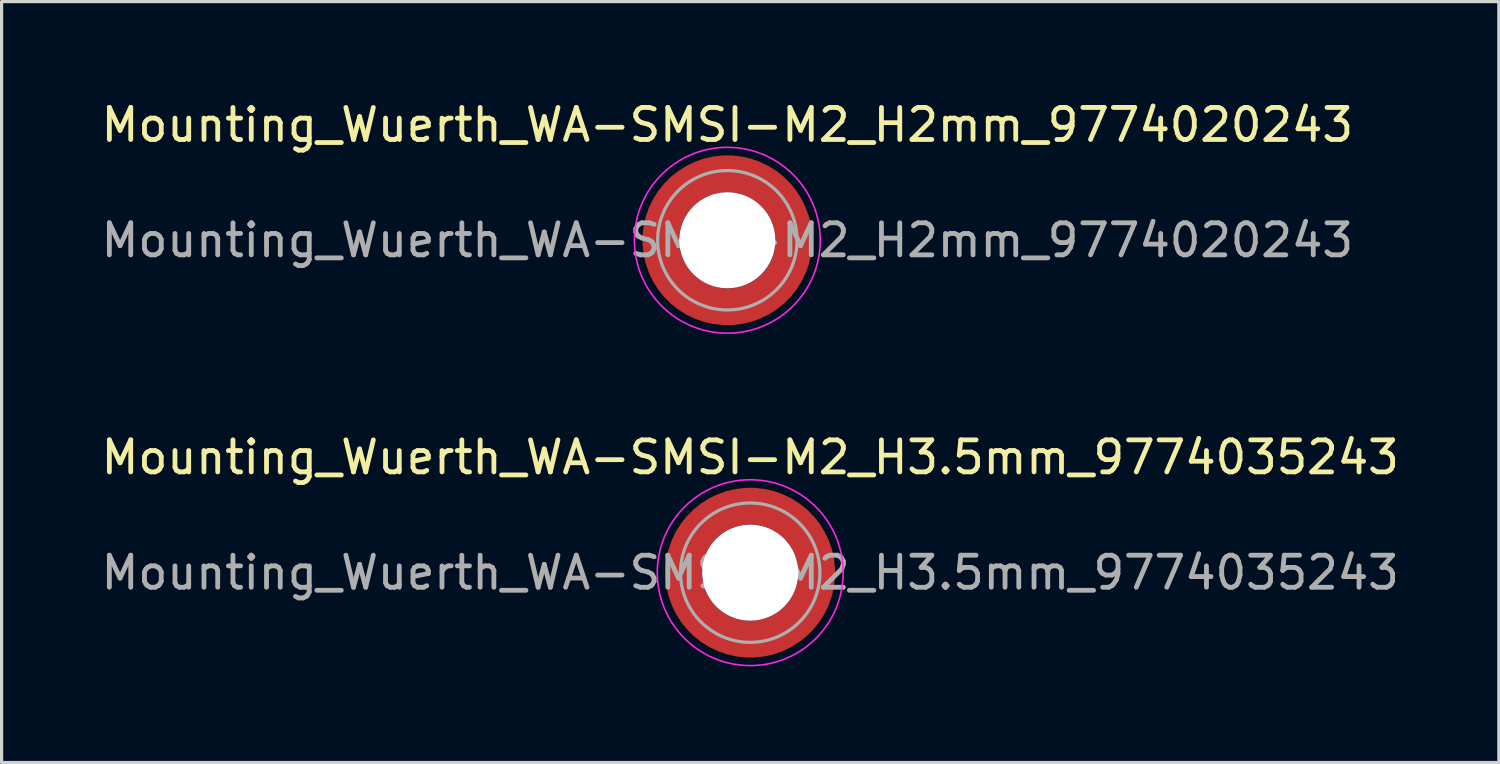
<source format=kicad_pcb>
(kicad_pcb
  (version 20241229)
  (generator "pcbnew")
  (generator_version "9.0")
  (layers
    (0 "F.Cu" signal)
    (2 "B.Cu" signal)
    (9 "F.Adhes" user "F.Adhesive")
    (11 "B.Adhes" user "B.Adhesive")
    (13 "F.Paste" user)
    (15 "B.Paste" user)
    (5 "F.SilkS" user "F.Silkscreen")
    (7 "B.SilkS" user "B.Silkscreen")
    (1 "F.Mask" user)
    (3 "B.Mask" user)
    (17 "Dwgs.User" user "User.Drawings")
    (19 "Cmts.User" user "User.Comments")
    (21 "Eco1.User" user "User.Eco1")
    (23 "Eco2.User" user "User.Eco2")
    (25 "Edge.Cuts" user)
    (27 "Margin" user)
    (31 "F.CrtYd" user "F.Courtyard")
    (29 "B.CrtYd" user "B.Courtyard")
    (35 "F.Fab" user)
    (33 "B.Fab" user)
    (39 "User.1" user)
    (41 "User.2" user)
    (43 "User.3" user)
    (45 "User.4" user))
  (footprint "Mounting_Wuerth_WA-SMSI-M2_H2mm_9774020243"
    (layer "F.Cu")
    (at 19.649 4.448)
    (property "Reference" "Mounting_Wuerth_WA-SMSI-M2_H2mm_9774020243" (at 0 -3.6 0) (layer "F.SilkS") (effects (font (size 1 1) (thickness 0.15))))
    (attr smd allow_soldermask_bridges)
    (fp_circle (center 0 0) (end 2.9 0) (stroke (width 0.05) (type solid)) (fill no) (layer "F.CrtYd"))
    (fp_circle (center 0 0) (end 2.175 0) (stroke (width 0.1) (type solid)) (fill no) (layer "F.Fab"))
    (fp_text user "${REFERENCE}" (at 0 0 0) (layer "F.Fab") (effects (font (size 1 1) (thickness 0.15))))
    (pad "" smd custom (at -1.453 -1.453) (size 0.505 0.505) (layers "F.Paste") (options (anchor circle)) (primitives (gr_arc (start -0.147677 1.053104) (mid 0.286378 0.286378) (end 1.053104 -0.147677) (width 0.2)) (gr_arc (start -0.240295 1.053104) (mid 0.222739 0.222739) (end 1.053104 -0.240295) (width 0.2)) (gr_arc (start -0.332645 1.053104) (mid 0.159099 0.159099) (end 1.053104 -0.332645) (width 0.2)) (gr_arc (start -0.424767 1.053104) (mid 0.095459 0.095459) (end 1.053104 -0.424767) (width 0.2)) (gr_arc (start -0.516693 1.053104) (mid 0.03182 0.03182) (end 1.053104 -0.516693) (width 0.2)) (gr_arc (start -0.608448 1.053104) (mid -0.03182 -0.03182) (end 1.053104 -0.608448) (width 0.2)) (gr_arc (start -0.700056 1.053104) (mid -0.095459 -0.095459) (end 1.053104 -0.700056) (width 0.2)) (gr_arc (start -0.791534 1.053104) (mid -0.159099 -0.159099) (end 1.053104 -0.791534) (width 0.2)) (gr_arc (start -0.882896 1.053104) (mid -0.222739 -0.222739) (end 1.053104 -0.882896) (width 0.2)) (gr_arc (start -0.974157 1.053104) (mid -0.286378 -0.286378) (end 1.053104 -0.974157) (width 0.2)) (gr_line (start 1.053 -0.148) (end 1.053 -0.974) (width 0.2)) (gr_line (start -0.148 1.053) (end -0.974 1.053) (width 0.2))))
    (pad "" smd custom (at -1.453 1.453) (size 0.505 0.505) (layers "F.Paste") (options (anchor circle)) (primitives (gr_arc (start 1.053104 0.147677) (mid 0.286378 -0.286378) (end -0.147677 -1.053104) (width 0.2)) (gr_arc (start 1.053104 0.240295) (mid 0.222739 -0.222739) (end -0.240295 -1.053104) (width 0.2)) (gr_arc (start 1.053104 0.332645) (mid 0.159099 -0.159099) (end -0.332645 -1.053104) (width 0.2)) (gr_arc (start 1.053104 0.424767) (mid 0.095459 -0.095459) (end -0.424767 -1.053104) (width 0.2)) (gr_arc (start 1.053104 0.516693) (mid 0.03182 -0.03182) (end -0.516693 -1.053104) (width 0.2)) (gr_arc (start 1.053104 0.608448) (mid -0.03182 0.03182) (end -0.608448 -1.053104) (width 0.2)) (gr_arc (start 1.053104 0.700056) (mid -0.095459 0.095459) (end -0.700056 -1.053104) (width 0.2)) (gr_arc (start 1.053104 0.791534) (mid -0.159099 0.159099) (end -0.791534 -1.053104) (width 0.2)) (gr_arc (start 1.053104 0.882896) (mid -0.222739 0.222739) (end -0.882896 -1.053104) (width 0.2)) (gr_arc (start 1.053104 0.974157) (mid -0.286378 0.286378) (end -0.974157 -1.053104) (width 0.2)) (gr_line (start -0.148 -1.053) (end -0.974 -1.053) (width 0.2)) (gr_line (start 1.053 0.148) (end 1.053 0.974) (width 0.2))))
    (pad "" np_thru_hole circle (at 0 0) (size 3 3) (drill 3) (layers "*.Cu" "*.Mask"))
    (pad "" smd custom (at 1.453 -1.453) (size 0.505 0.505) (layers "F.Paste") (options (anchor circle)) (primitives (gr_arc (start -1.053104 -0.147677) (mid -0.286378 0.286378) (end 0.147677 1.053104) (width 0.2)) (gr_arc (start -1.053104 -0.240295) (mid -0.222739 0.222739) (end 0.240295 1.053104) (width 0.2)) (gr_arc (start -1.053104 -0.332645) (mid -0.159099 0.159099) (end 0.332645 1.053104) (width 0.2)) (gr_arc (start -1.053104 -0.424767) (mid -0.095459 0.095459) (end 0.424767 1.053104) (width 0.2)) (gr_arc (start -1.053104 -0.516693) (mid -0.03182 0.03182) (end 0.516693 1.053104) (width 0.2)) (gr_arc (start -1.053104 -0.608448) (mid 0.03182 -0.03182) (end 0.608448 1.053104) (width 0.2)) (gr_arc (start -1.053104 -0.700056) (mid 0.095459 -0.095459) (end 0.700056 1.053104) (width 0.2)) (gr_arc (start -1.053104 -0.791534) (mid 0.159099 -0.159099) (end 0.791534 1.053104) (width 0.2)) (gr_arc (start -1.053104 -0.882896) (mid 0.222739 -0.222739) (end 0.882896 1.053104) (width 0.2)) (gr_arc (start -1.053104 -0.974157) (mid 0.286378 -0.286378) (end 0.974157 1.053104) (width 0.2)) (gr_line (start 0.148 1.053) (end 0.974 1.053) (width 0.2)) (gr_line (start -1.053 -0.148) (end -1.053 -0.974) (width 0.2))))
    (pad "" smd custom (at 1.453 1.453) (size 0.505 0.505) (layers "F.Paste") (options (anchor circle)) (primitives (gr_arc (start 0.147677 -1.053104) (mid -0.286378 -0.286378) (end -1.053104 0.147677) (width 0.2)) (gr_arc (start 0.240295 -1.053104) (mid -0.222739 -0.222739) (end -1.053104 0.240295) (width 0.2)) (gr_arc (start 0.332645 -1.053104) (mid -0.159099 -0.159099) (end -1.053104 0.332645) (width 0.2)) (gr_arc (start 0.424767 -1.053104) (mid -0.095459 -0.095459) (end -1.053104 0.424767) (width 0.2)) (gr_arc (start 0.516693 -1.053104) (mid -0.03182 -0.03182) (end -1.053104 0.516693) (width 0.2)) (gr_arc (start 0.608448 -1.053104) (mid 0.03182 0.03182) (end -1.053104 0.608448) (width 0.2)) (gr_arc (start 0.700056 -1.053104) (mid 0.095459 0.095459) (end -1.053104 0.700056) (width 0.2)) (gr_arc (start 0.791534 -1.053104) (mid 0.159099 0.159099) (end -1.053104 0.791534) (width 0.2)) (gr_arc (start 0.882896 -1.053104) (mid 0.222739 0.222739) (end -1.053104 0.882896) (width 0.2)) (gr_arc (start 0.974157 -1.053104) (mid 0.286378 0.286378) (end -1.053104 0.974157) (width 0.2)) (gr_line (start -1.053 0.148) (end -1.053 0.974) (width 0.2)) (gr_line (start 0.148 -1.053) (end 0.974 -1.053) (width 0.2))))
    (pad "1" smd circle (at -2.075 0) (size 0.642 0.642) (layers "F.Cu"))
    (pad "1" smd circle (at 0 -2.075) (size 0.642 0.642) (layers "F.Cu"))
    (pad "1" smd circle (at 0 2.075) (size 0.642 0.642) (layers "F.Cu"))
    (pad "1" smd custom (at 2.075 0) (size 1.15 1.15) (layers "F.Cu" "F.Mask") (options (anchor circle)) (primitives (gr_circle (center -2.075 0) (end 0 0) (width 1.15) (fill no)))))
  (footprint "Mounting_Wuerth_WA-SMSI-M2_H3.5mm_9774035243"
    (layer "F.Cu")
    (at 20.363 14.822)
    (property "Reference" "Mounting_Wuerth_WA-SMSI-M2_H3.5mm_9774035243" (at 0 -3.6 0) (layer "F.SilkS") (effects (font (size 1 1) (thickness 0.15))))
    (attr smd allow_soldermask_bridges)
    (fp_circle (center 0 0) (end 2.9 0) (stroke (width 0.05) (type solid)) (fill no) (layer "F.CrtYd"))
    (fp_circle (center 0 0) (end 2.175 0) (stroke (width 0.1) (type solid)) (fill no) (layer "F.Fab"))
    (fp_text user "${REFERENCE}" (at 0 0 0) (layer "F.Fab") (effects (font (size 1 1) (thickness 0.15))))
    (pad "" smd custom (at -1.453 -1.453) (size 0.505 0.505) (layers "F.Paste") (options (anchor circle)) (primitives (gr_arc (start -0.147677 1.053104) (mid 0.286378 0.286378) (end 1.053104 -0.147677) (width 0.2)) (gr_arc (start -0.240295 1.053104) (mid 0.222739 0.222739) (end 1.053104 -0.240295) (width 0.2)) (gr_arc (start -0.332645 1.053104) (mid 0.159099 0.159099) (end 1.053104 -0.332645) (width 0.2)) (gr_arc (start -0.424767 1.053104) (mid 0.095459 0.095459) (end 1.053104 -0.424767) (width 0.2)) (gr_arc (start -0.516693 1.053104) (mid 0.03182 0.03182) (end 1.053104 -0.516693) (width 0.2)) (gr_arc (start -0.608448 1.053104) (mid -0.03182 -0.03182) (end 1.053104 -0.608448) (width 0.2)) (gr_arc (start -0.700056 1.053104) (mid -0.095459 -0.095459) (end 1.053104 -0.700056) (width 0.2)) (gr_arc (start -0.791534 1.053104) (mid -0.159099 -0.159099) (end 1.053104 -0.791534) (width 0.2)) (gr_arc (start -0.882896 1.053104) (mid -0.222739 -0.222739) (end 1.053104 -0.882896) (width 0.2)) (gr_arc (start -0.974157 1.053104) (mid -0.286378 -0.286378) (end 1.053104 -0.974157) (width 0.2)) (gr_line (start 1.053 -0.148) (end 1.053 -0.974) (width 0.2)) (gr_line (start -0.148 1.053) (end -0.974 1.053) (width 0.2))))
    (pad "" smd custom (at -1.453 1.453) (size 0.505 0.505) (layers "F.Paste") (options (anchor circle)) (primitives (gr_arc (start 1.053104 0.147677) (mid 0.286378 -0.286378) (end -0.147677 -1.053104) (width 0.2)) (gr_arc (start 1.053104 0.240295) (mid 0.222739 -0.222739) (end -0.240295 -1.053104) (width 0.2)) (gr_arc (start 1.053104 0.332645) (mid 0.159099 -0.159099) (end -0.332645 -1.053104) (width 0.2)) (gr_arc (start 1.053104 0.424767) (mid 0.095459 -0.095459) (end -0.424767 -1.053104) (width 0.2)) (gr_arc (start 1.053104 0.516693) (mid 0.03182 -0.03182) (end -0.516693 -1.053104) (width 0.2)) (gr_arc (start 1.053104 0.608448) (mid -0.03182 0.03182) (end -0.608448 -1.053104) (width 0.2)) (gr_arc (start 1.053104 0.700056) (mid -0.095459 0.095459) (end -0.700056 -1.053104) (width 0.2)) (gr_arc (start 1.053104 0.791534) (mid -0.159099 0.159099) (end -0.791534 -1.053104) (width 0.2)) (gr_arc (start 1.053104 0.882896) (mid -0.222739 0.222739) (end -0.882896 -1.053104) (width 0.2)) (gr_arc (start 1.053104 0.974157) (mid -0.286378 0.286378) (end -0.974157 -1.053104) (width 0.2)) (gr_line (start -0.148 -1.053) (end -0.974 -1.053) (width 0.2)) (gr_line (start 1.053 0.148) (end 1.053 0.974) (width 0.2))))
    (pad "" np_thru_hole circle (at 0 0) (size 3 3) (drill 3) (layers "*.Cu" "*.Mask"))
    (pad "" smd custom (at 1.453 -1.453) (size 0.505 0.505) (layers "F.Paste") (options (anchor circle)) (primitives (gr_arc (start -1.053104 -0.147677) (mid -0.286378 0.286378) (end 0.147677 1.053104) (width 0.2)) (gr_arc (start -1.053104 -0.240295) (mid -0.222739 0.222739) (end 0.240295 1.053104) (width 0.2)) (gr_arc (start -1.053104 -0.332645) (mid -0.159099 0.159099) (end 0.332645 1.053104) (width 0.2)) (gr_arc (start -1.053104 -0.424767) (mid -0.095459 0.095459) (end 0.424767 1.053104) (width 0.2)) (gr_arc (start -1.053104 -0.516693) (mid -0.03182 0.03182) (end 0.516693 1.053104) (width 0.2)) (gr_arc (start -1.053104 -0.608448) (mid 0.03182 -0.03182) (end 0.608448 1.053104) (width 0.2)) (gr_arc (start -1.053104 -0.700056) (mid 0.095459 -0.095459) (end 0.700056 1.053104) (width 0.2)) (gr_arc (start -1.053104 -0.791534) (mid 0.159099 -0.159099) (end 0.791534 1.053104) (width 0.2)) (gr_arc (start -1.053104 -0.882896) (mid 0.222739 -0.222739) (end 0.882896 1.053104) (width 0.2)) (gr_arc (start -1.053104 -0.974157) (mid 0.286378 -0.286378) (end 0.974157 1.053104) (width 0.2)) (gr_line (start 0.148 1.053) (end 0.974 1.053) (width 0.2)) (gr_line (start -1.053 -0.148) (end -1.053 -0.974) (width 0.2))))
    (pad "" smd custom (at 1.453 1.453) (size 0.505 0.505) (layers "F.Paste") (options (anchor circle)) (primitives (gr_arc (start 0.147677 -1.053104) (mid -0.286378 -0.286378) (end -1.053104 0.147677) (width 0.2)) (gr_arc (start 0.240295 -1.053104) (mid -0.222739 -0.222739) (end -1.053104 0.240295) (width 0.2)) (gr_arc (start 0.332645 -1.053104) (mid -0.159099 -0.159099) (end -1.053104 0.332645) (width 0.2)) (gr_arc (start 0.424767 -1.053104) (mid -0.095459 -0.095459) (end -1.053104 0.424767) (width 0.2)) (gr_arc (start 0.516693 -1.053104) (mid -0.03182 -0.03182) (end -1.053104 0.516693) (width 0.2)) (gr_arc (start 0.608448 -1.053104) (mid 0.03182 0.03182) (end -1.053104 0.608448) (width 0.2)) (gr_arc (start 0.700056 -1.053104) (mid 0.095459 0.095459) (end -1.053104 0.700056) (width 0.2)) (gr_arc (start 0.791534 -1.053104) (mid 0.159099 0.159099) (end -1.053104 0.791534) (width 0.2)) (gr_arc (start 0.882896 -1.053104) (mid 0.222739 0.222739) (end -1.053104 0.882896) (width 0.2)) (gr_arc (start 0.974157 -1.053104) (mid 0.286378 0.286378) (end -1.053104 0.974157) (width 0.2)) (gr_line (start -1.053 0.148) (end -1.053 0.974) (width 0.2)) (gr_line (start 0.148 -1.053) (end 0.974 -1.053) (width 0.2))))
    (pad "1" smd circle (at -2.075 0) (size 0.642 0.642) (layers "F.Cu"))
    (pad "1" smd circle (at 0 -2.075) (size 0.642 0.642) (layers "F.Cu"))
    (pad "1" smd circle (at 0 2.075) (size 0.642 0.642) (layers "F.Cu"))
    (pad "1" smd custom (at 2.075 0) (size 1.15 1.15) (layers "F.Cu" "F.Mask") (options (anchor circle)) (primitives (gr_circle (center -2.075 0) (end 0 0) (width 1.15) (fill no)))))
  (gr_rect
    (start -3 -3)
    (end 43.726 20.747)
    (stroke (width 0.1) (type default))
    (fill no)
    (layer "Edge.Cuts")))
</source>
